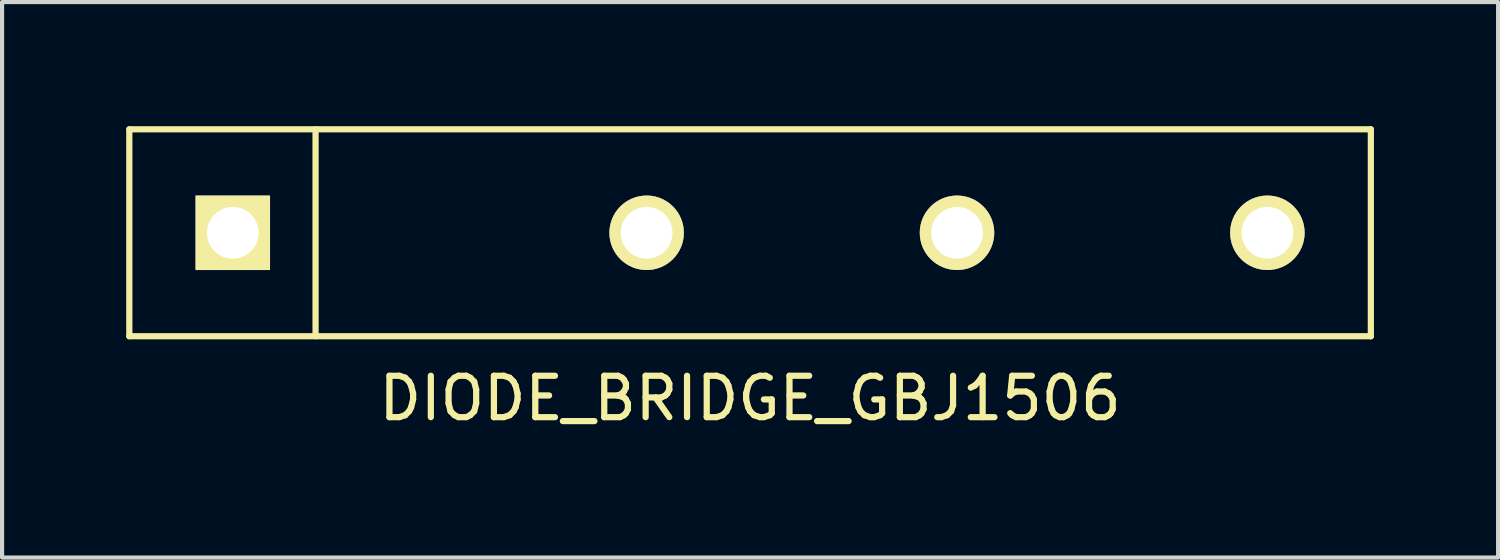
<source format=kicad_pcb>
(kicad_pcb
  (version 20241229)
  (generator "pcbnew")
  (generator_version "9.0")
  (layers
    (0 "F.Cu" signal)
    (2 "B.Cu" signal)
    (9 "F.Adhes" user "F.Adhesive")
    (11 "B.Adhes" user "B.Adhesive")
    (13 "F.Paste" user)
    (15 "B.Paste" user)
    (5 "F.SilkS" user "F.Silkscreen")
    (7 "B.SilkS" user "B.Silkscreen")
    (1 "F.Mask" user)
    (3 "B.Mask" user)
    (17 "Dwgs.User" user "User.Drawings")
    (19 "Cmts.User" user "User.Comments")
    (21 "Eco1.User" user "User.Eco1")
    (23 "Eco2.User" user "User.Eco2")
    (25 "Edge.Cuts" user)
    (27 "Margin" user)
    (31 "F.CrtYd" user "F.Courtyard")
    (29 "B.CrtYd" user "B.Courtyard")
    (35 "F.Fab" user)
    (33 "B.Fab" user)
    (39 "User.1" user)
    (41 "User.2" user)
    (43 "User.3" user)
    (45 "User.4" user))
  (footprint "DIODE_BRIDGE_GBJ1506"
    (layer "F.Cu")
    (at 2.575 2.575)
    (property "Reference" "DIODE_BRIDGE_GBJ1506" (at 12.5 4 0) (layer "F.SilkS") (effects (font (size 1 1) (thickness 0.15))))
    (attr through_hole)
    (fp_line (start -2.5 -2.5) (end 27.5 -2.5) (stroke (width 0.15) (type solid)) (layer "F.SilkS"))
    (fp_line (start -2.5 2.5) (end -2.5 -2.5) (stroke (width 0.15) (type solid)) (layer "F.SilkS"))
    (fp_line (start 2 -2.5) (end 2 2.5) (stroke (width 0.15) (type solid)) (layer "F.SilkS"))
    (fp_line (start 27.5 -2.5) (end 27.5 2.5) (stroke (width 0.15) (type solid)) (layer "F.SilkS"))
    (fp_line (start 27.5 2.5) (end -2.5 2.5) (stroke (width 0.15) (type solid)) (layer "F.SilkS"))
    (pad "1" thru_hole rect (at 0 0) (size 1.8 1.8) (drill 1.25) (layers "*.Cu" "*.Mask" "F.SilkS"))
    (pad "2" thru_hole circle (at 10 0) (size 1.8 1.8) (drill 1.25) (layers "*.Cu" "*.Mask" "F.SilkS"))
    (pad "3" thru_hole circle (at 17.5 0) (size 1.8 1.8) (drill 1.25) (layers "*.Cu" "*.Mask" "F.SilkS"))
    (pad "4" thru_hole circle (at 25 0) (size 1.8 1.8) (drill 1.25) (layers "*.Cu" "*.Mask" "F.SilkS")))
  (gr_rect
    (start -3 -3)
    (end 33.15 10.423)
    (stroke (width 0.1) (type default))
    (fill no)
    (layer "Edge.Cuts")))
</source>
